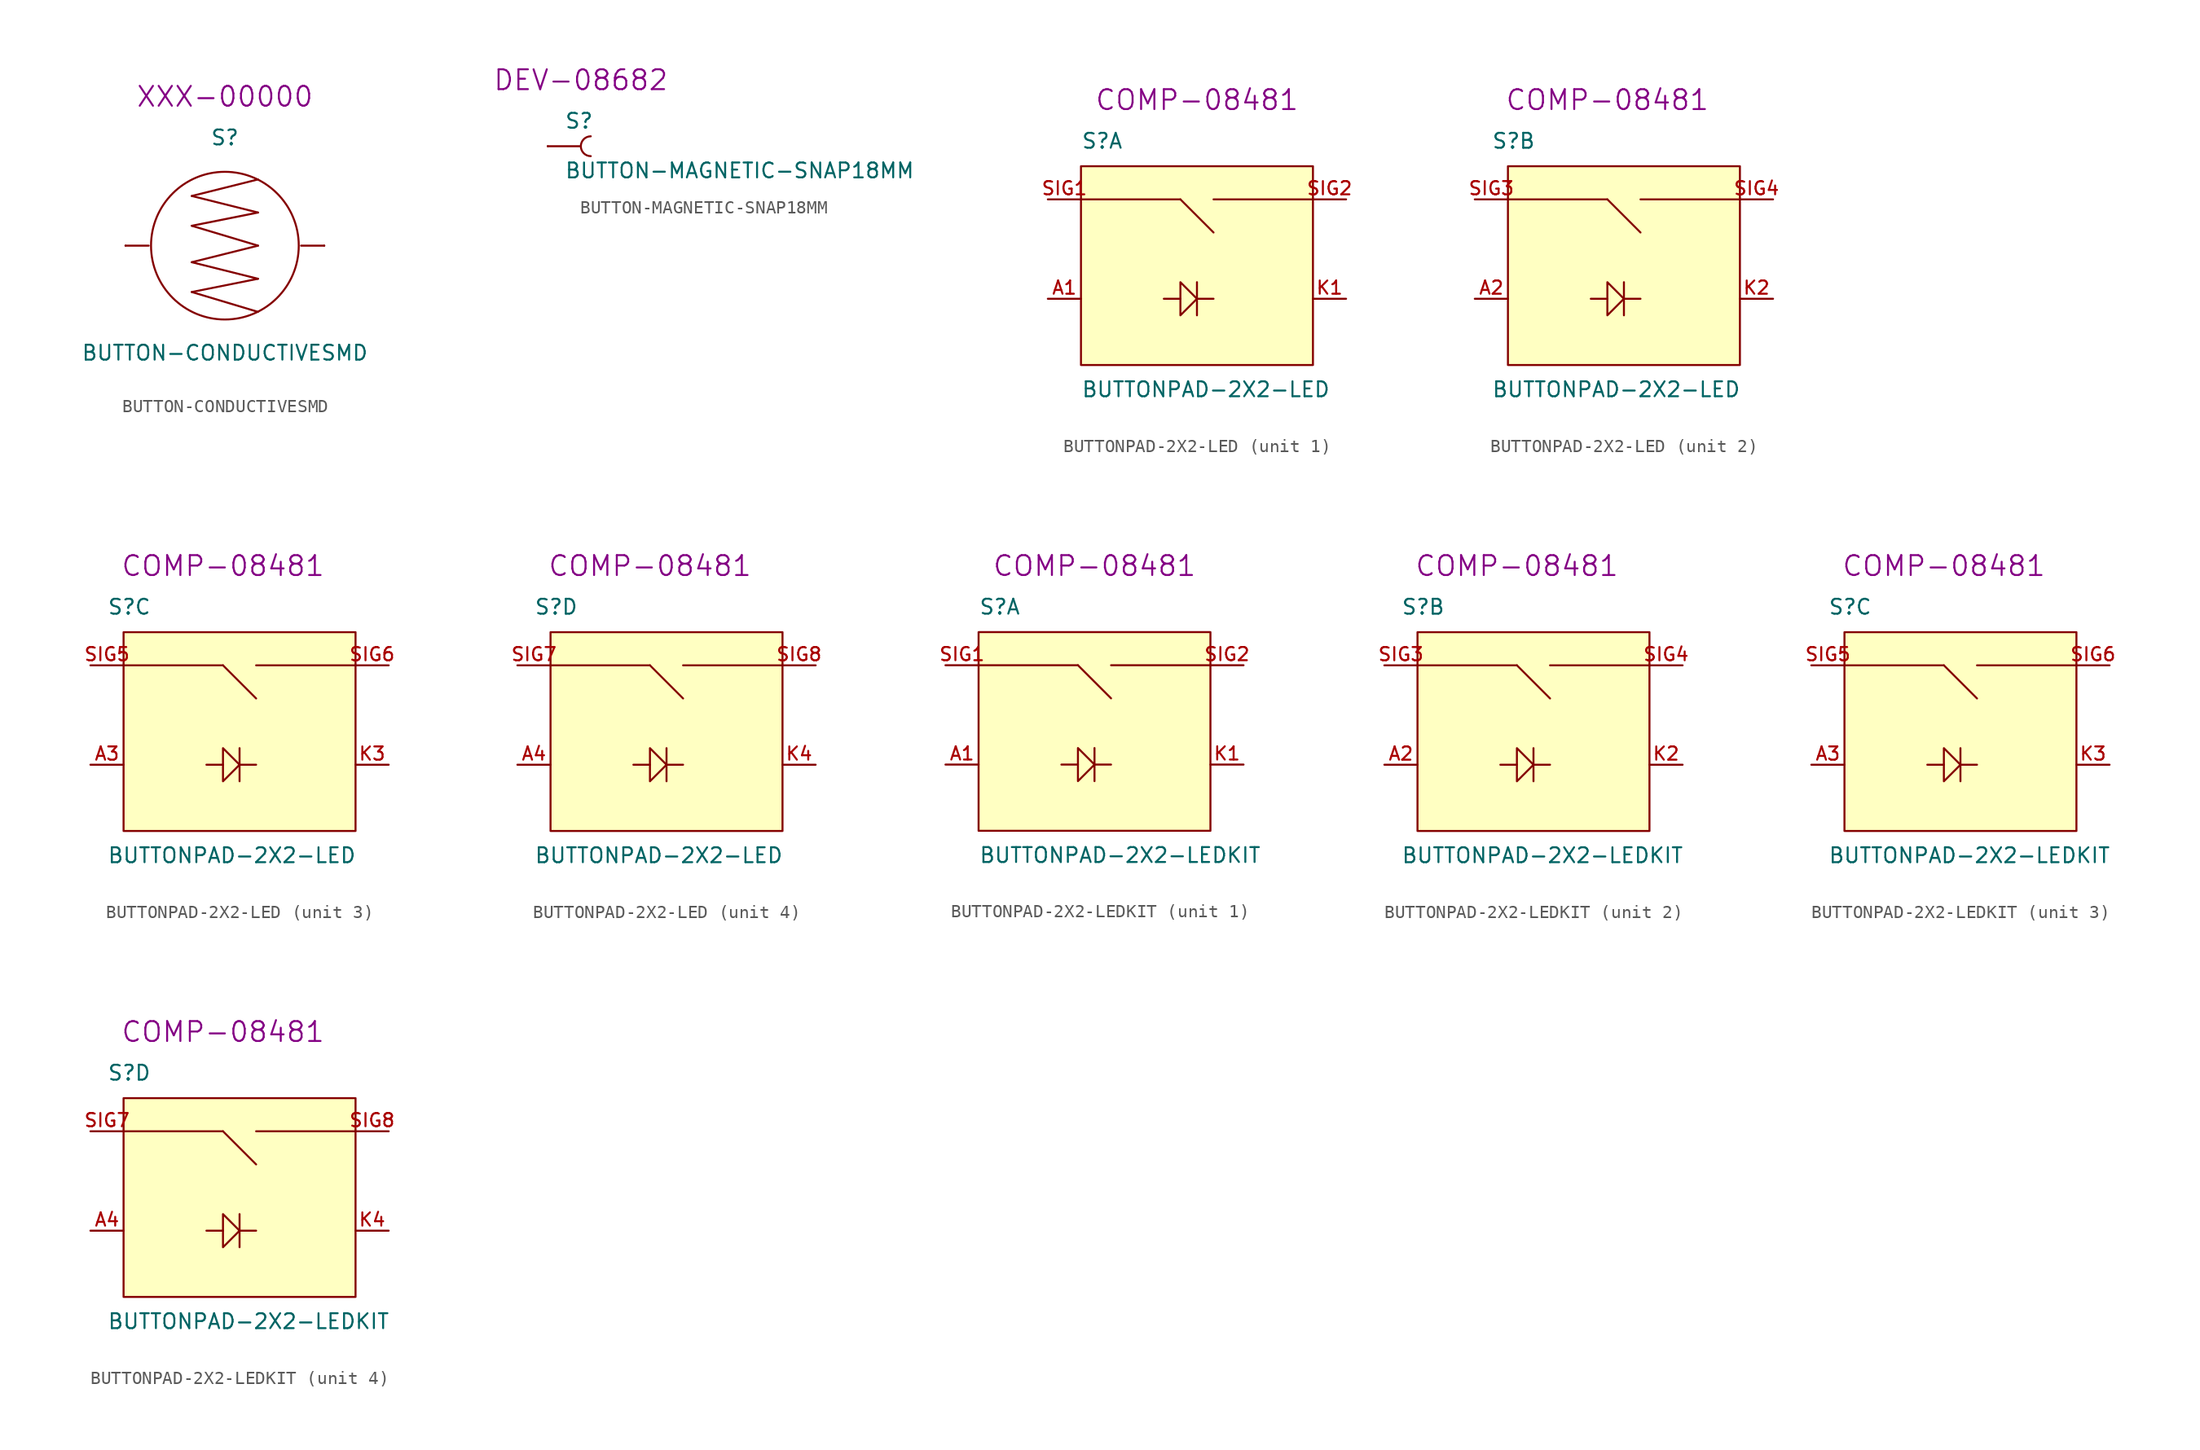
<source format=kicad_sym>
(kicad_symbol_lib
  (version 20201005)
  (generator kicad_symbol_editor)
  (symbol "BUTTON-CONDUCTIVESMD"
    (pin_numbers hide)
    (pin_names
      (offset 1.016) hide)
    (property "Reference" "S"
      (at 0 7.62 0)
      (effects (font (size 1.143 1.143)) (justify bottom)))
    (property "Value" "BUTTON-CONDUCTIVESMD"
      (at 0 -8.89 0)
      (effects (font (size 1.143 1.143)) (justify bottom)))
    (property "Field4" "XXX-00000"
      (at 0 11.43 0)
      (effects (font (size 1.524 1.524))))
    (property "ki_locked" ""
      (at 0 0 0)
      (effects (font (size 1.27 1.27))))
    (symbol "BUTTON-CONDUCTIVESMD_1_0"
      (polyline (pts (xy -7.62 0) (xy -5.842 0)) (stroke (width 0)) (fill (type none)))
      (polyline (pts (xy -2.54 -3.556) (xy 2.54 -5.08)) (stroke (width 0)) (fill (type none)))
      (polyline (pts (xy -2.54 -1.27) (xy 2.54 -2.54)) (stroke (width 0)) (fill (type none)))
      (polyline (pts (xy -2.54 1.524) (xy 2.54 0)) (stroke (width 0)) (fill (type none)))
      (polyline (pts (xy -2.54 3.81) (xy 2.54 5.08)) (stroke (width 0)) (fill (type none)))
      (polyline (pts (xy 2.54 -2.54) (xy -2.54 -3.556)) (stroke (width 0)) (fill (type none)))
      (polyline (pts (xy 2.54 0) (xy -2.54 -1.27)) (stroke (width 0)) (fill (type none)))
      (polyline (pts (xy 2.54 2.54) (xy -2.54 1.524)) (stroke (width 0)) (fill (type none)))
      (polyline (pts (xy 2.54 2.54) (xy -2.54 3.81)) (stroke (width 0)) (fill (type none)))
      (polyline (pts (xy 7.62 0) (xy 5.842 0)) (stroke (width 0)) (fill (type none))))
    (symbol "BUTTON-CONDUCTIVESMD_1_1"
      (circle (center 0 0) (radius 5.664) (stroke (width 0)) (fill (type none)))
      (pin passive line (at -7.62 0 0) (length 0) (name "1" (effects (font (size 1.016 1.016)))) (number "1" (effects (font (size 1.016 1.016)))))
      (pin passive line (at 7.62 0 180) (length 0) (name "2" (effects (font (size 1.016 1.016)))) (number "2" (effects (font (size 1.016 1.016)))))))
  (symbol "BUTTON-MAGNETIC-SNAP18MM"
    (pin_numbers hide)
    (pin_names
      (offset 1.016) hide)
    (property "Reference" "S"
      (at -1.27 1.27 0)
      (effects (font (size 1.143 1.143)) (justify left bottom)))
    (property "Value" "BUTTON-MAGNETIC-SNAP18MM"
      (at -1.27 -2.54 0)
      (effects (font (size 1.143 1.143)) (justify left bottom)))
    (property "Field4" "DEV-08682"
      (at 0 5.08 0)
      (effects (font (size 1.524 1.524))))
    (property "ki_locked" ""
      (at 0 0 0)
      (effects (font (size 1.27 1.27))))
    (symbol "BUTTON-MAGNETIC-SNAP18MM_1_0"
      (polyline (pts (xy 0 0) (xy -2.54 0)) (stroke (width 0)) (fill (type none))))
    (symbol "BUTTON-MAGNETIC-SNAP18MM_1_1"
      (arc (start 0.762 0.762) (end 0.762 -0.762) (radius (at 0.762 0) (length 0.762) (angles 90.1 -90.1)) (stroke (width 0)) (fill (type none)))
      (pin bidirectional line (at -2.54 0 180) (length 0) (name "1" (effects (font (size 1.016 1.016)))) (number "1" (effects (font (size 1.016 1.016)))))))
  (symbol "BUTTONPAD-2X2-LED"
    (pin_names
      (offset 1.016) hide)
    (property "Reference" "S"
      (at -8.89 8.89 0)
      (effects (font (size 1.143 1.143)) (justify left bottom)))
    (property "Value" "BUTTONPAD-2X2-LED"
      (at -8.89 -10.16 0)
      (effects (font (size 1.143 1.143)) (justify left bottom)))
    (property "Field4" "COMP-08481"
      (at 0 12.7 0)
      (effects (font (size 1.524 1.524))))
    (property "ki_locked" ""
      (at 0 0 0)
      (effects (font (size 1.27 1.27))))
    (symbol "BUTTONPAD-2X2-LED_1_0"
      (polyline (pts (xy -8.89 5.08) (xy -1.27 5.08)) (stroke (width 0)) (fill (type none)))
      (polyline (pts (xy -1.27 -2.54) (xy -2.54 -2.54)) (stroke (width 0)) (fill (type none)))
      (polyline (pts (xy -1.27 5.08) (xy 1.27 2.54)) (stroke (width 0)) (fill (type none)))
      (polyline (pts (xy 0 -2.54) (xy 0 -3.81)) (stroke (width 0)) (fill (type none)))
      (polyline (pts (xy 0 -2.54) (xy 1.27 -2.54)) (stroke (width 0)) (fill (type none)))
      (polyline (pts (xy 0 -1.27) (xy 0 -2.54)) (stroke (width 0)) (fill (type none)))
      (polyline (pts (xy 1.27 5.08) (xy 8.89 5.08)) (stroke (width 0)) (fill (type none))))
    (symbol "BUTTONPAD-2X2-LED_1_1"
      (polyline (pts (xy -1.27 -1.27) (xy -1.27 -2.54) (xy -1.27 -3.81) (xy 0 -2.54) (xy -1.27 -1.27)) (stroke (width 0)) (fill (type background)))
      (polyline (pts (xy 8.89 7.62) (xy 8.89 5.08) (xy 8.89 -7.62) (xy -8.89 -7.62) (xy -8.89 5.08) (xy -8.89 7.62) (xy 8.89 7.62)) (stroke (width 0)) (fill (type background)))
      (pin bidirectional line (at -11.43 -2.54 0) (length 2.54) (name "A" (effects (font (size 1.016 1.016)))) (number "A1" (effects (font (size 1.016 1.016)))))
      (pin bidirectional line (at 11.43 -2.54 180) (length 2.54) (name "K" (effects (font (size 1.016 1.016)))) (number "K1" (effects (font (size 1.016 1.016)))))
      (pin bidirectional line (at -11.43 5.08 0) (length 2.54) (name "SIG1" (effects (font (size 1.016 1.016)))) (number "SIG1" (effects (font (size 1.016 1.016)))))
      (pin bidirectional line (at 11.43 5.08 180) (length 2.54) (name "SIG2" (effects (font (size 1.016 1.016)))) (number "SIG2" (effects (font (size 1.016 1.016))))))
    (symbol "BUTTONPAD-2X2-LED_2_0"
      (polyline (pts (xy -7.62 5.08) (xy 0 5.08)) (stroke (width 0)) (fill (type none)))
      (polyline (pts (xy 0 -2.54) (xy -1.27 -2.54)) (stroke (width 0)) (fill (type none)))
      (polyline (pts (xy 0 5.08) (xy 2.54 2.54)) (stroke (width 0)) (fill (type none)))
      (polyline (pts (xy 1.27 -2.54) (xy 1.27 -3.81)) (stroke (width 0)) (fill (type none)))
      (polyline (pts (xy 1.27 -2.54) (xy 2.54 -2.54)) (stroke (width 0)) (fill (type none)))
      (polyline (pts (xy 1.27 -1.27) (xy 1.27 -2.54)) (stroke (width 0)) (fill (type none)))
      (polyline (pts (xy 2.54 5.08) (xy 10.16 5.08)) (stroke (width 0)) (fill (type none))))
    (symbol "BUTTONPAD-2X2-LED_2_1"
      (polyline (pts (xy 0 -1.27) (xy 0 -2.54) (xy 0 -3.81) (xy 1.27 -2.54) (xy 0 -1.27)) (stroke (width 0)) (fill (type background)))
      (polyline (pts (xy 10.16 7.62) (xy 10.16 5.08) (xy 10.16 -7.62) (xy -7.62 -7.62) (xy -7.62 5.08) (xy -7.62 7.62) (xy 10.16 7.62)) (stroke (width 0)) (fill (type background)))
      (pin bidirectional line (at -10.16 -2.54 0) (length 2.54) (name "A" (effects (font (size 1.016 1.016)))) (number "A2" (effects (font (size 1.016 1.016)))))
      (pin bidirectional line (at 12.7 -2.54 180) (length 2.54) (name "K" (effects (font (size 1.016 1.016)))) (number "K2" (effects (font (size 1.016 1.016)))))
      (pin bidirectional line (at -10.16 5.08 0) (length 2.54) (name "SIG1" (effects (font (size 1.016 1.016)))) (number "SIG3" (effects (font (size 1.016 1.016)))))
      (pin bidirectional line (at 12.7 5.08 180) (length 2.54) (name "SIG2" (effects (font (size 1.016 1.016)))) (number "SIG4" (effects (font (size 1.016 1.016))))))
    (symbol "BUTTONPAD-2X2-LED_3_0"
      (polyline (pts (xy -7.62 5.08) (xy 0 5.08)) (stroke (width 0)) (fill (type none)))
      (polyline (pts (xy 0 -2.54) (xy -1.27 -2.54)) (stroke (width 0)) (fill (type none)))
      (polyline (pts (xy 0 5.08) (xy 2.54 2.54)) (stroke (width 0)) (fill (type none)))
      (polyline (pts (xy 1.27 -2.54) (xy 1.27 -3.81)) (stroke (width 0)) (fill (type none)))
      (polyline (pts (xy 1.27 -2.54) (xy 2.54 -2.54)) (stroke (width 0)) (fill (type none)))
      (polyline (pts (xy 1.27 -1.27) (xy 1.27 -2.54)) (stroke (width 0)) (fill (type none)))
      (polyline (pts (xy 2.54 5.08) (xy 10.16 5.08)) (stroke (width 0)) (fill (type none))))
    (symbol "BUTTONPAD-2X2-LED_3_1"
      (polyline (pts (xy 0 -1.27) (xy 0 -2.54) (xy 0 -3.81) (xy 1.27 -2.54) (xy 0 -1.27)) (stroke (width 0)) (fill (type background)))
      (polyline (pts (xy 10.16 7.62) (xy 10.16 5.08) (xy 10.16 -7.62) (xy -7.62 -7.62) (xy -7.62 5.08) (xy -7.62 7.62) (xy 10.16 7.62)) (stroke (width 0)) (fill (type background)))
      (pin bidirectional line (at -10.16 -2.54 0) (length 2.54) (name "A" (effects (font (size 1.016 1.016)))) (number "A3" (effects (font (size 1.016 1.016)))))
      (pin bidirectional line (at 12.7 -2.54 180) (length 2.54) (name "K" (effects (font (size 1.016 1.016)))) (number "K3" (effects (font (size 1.016 1.016)))))
      (pin bidirectional line (at -10.16 5.08 0) (length 2.54) (name "SIG1" (effects (font (size 1.016 1.016)))) (number "SIG5" (effects (font (size 1.016 1.016)))))
      (pin bidirectional line (at 12.7 5.08 180) (length 2.54) (name "SIG2" (effects (font (size 1.016 1.016)))) (number "SIG6" (effects (font (size 1.016 1.016))))))
    (symbol "BUTTONPAD-2X2-LED_4_0"
      (polyline (pts (xy -7.62 5.08) (xy 0 5.08)) (stroke (width 0)) (fill (type none)))
      (polyline (pts (xy 0 -2.54) (xy -1.27 -2.54)) (stroke (width 0)) (fill (type none)))
      (polyline (pts (xy 0 5.08) (xy 2.54 2.54)) (stroke (width 0)) (fill (type none)))
      (polyline (pts (xy 1.27 -2.54) (xy 1.27 -3.81)) (stroke (width 0)) (fill (type none)))
      (polyline (pts (xy 1.27 -2.54) (xy 2.54 -2.54)) (stroke (width 0)) (fill (type none)))
      (polyline (pts (xy 1.27 -1.27) (xy 1.27 -2.54)) (stroke (width 0)) (fill (type none)))
      (polyline (pts (xy 2.54 5.08) (xy 10.16 5.08)) (stroke (width 0)) (fill (type none))))
    (symbol "BUTTONPAD-2X2-LED_4_1"
      (polyline (pts (xy 0 -1.27) (xy 0 -2.54) (xy 0 -3.81) (xy 1.27 -2.54) (xy 0 -1.27)) (stroke (width 0)) (fill (type background)))
      (polyline (pts (xy 10.16 7.62) (xy 10.16 5.08) (xy 10.16 -7.62) (xy -7.62 -7.62) (xy -7.62 5.08) (xy -7.62 7.62) (xy 10.16 7.62)) (stroke (width 0)) (fill (type background)))
      (pin bidirectional line (at -10.16 -2.54 0) (length 2.54) (name "A" (effects (font (size 1.016 1.016)))) (number "A4" (effects (font (size 1.016 1.016)))))
      (pin bidirectional line (at 12.7 -2.54 180) (length 2.54) (name "K" (effects (font (size 1.016 1.016)))) (number "K4" (effects (font (size 1.016 1.016)))))
      (pin bidirectional line (at -10.16 5.08 0) (length 2.54) (name "SIG1" (effects (font (size 1.016 1.016)))) (number "SIG7" (effects (font (size 1.016 1.016)))))
      (pin bidirectional line (at 12.7 5.08 180) (length 2.54) (name "SIG2" (effects (font (size 1.016 1.016)))) (number "SIG8" (effects (font (size 1.016 1.016)))))))
  (symbol "BUTTONPAD-2X2-LEDKIT"
    (pin_names
      (offset 1.016) hide)
    (property "Reference" "S"
      (at -8.89 8.89 0)
      (effects (font (size 1.143 1.143)) (justify left bottom)))
    (property "Value" "BUTTONPAD-2X2-LEDKIT"
      (at -8.89 -10.16 0)
      (effects (font (size 1.143 1.143)) (justify left bottom)))
    (property "Field4" "COMP-08481"
      (at 0 12.7 0)
      (effects (font (size 1.524 1.524))))
    (property "ki_locked" ""
      (at 0 0 0)
      (effects (font (size 1.27 1.27))))
    (symbol "BUTTONPAD-2X2-LEDKIT_1_0"
      (polyline (pts (xy -8.89 5.08) (xy -1.27 5.08)) (stroke (width 0)) (fill (type none)))
      (polyline (pts (xy -1.27 -2.54) (xy -2.54 -2.54)) (stroke (width 0)) (fill (type none)))
      (polyline (pts (xy -1.27 5.08) (xy 1.27 2.54)) (stroke (width 0)) (fill (type none)))
      (polyline (pts (xy 0 -2.54) (xy 0 -3.81)) (stroke (width 0)) (fill (type none)))
      (polyline (pts (xy 0 -2.54) (xy 1.27 -2.54)) (stroke (width 0)) (fill (type none)))
      (polyline (pts (xy 0 -1.27) (xy 0 -2.54)) (stroke (width 0)) (fill (type none)))
      (polyline (pts (xy 1.27 5.08) (xy 8.89 5.08)) (stroke (width 0)) (fill (type none))))
    (symbol "BUTTONPAD-2X2-LEDKIT_1_1"
      (polyline (pts (xy -1.27 -1.27) (xy -1.27 -2.54) (xy -1.27 -3.81) (xy 0 -2.54) (xy -1.27 -1.27)) (stroke (width 0)) (fill (type background)))
      (polyline (pts (xy 8.89 7.62) (xy 8.89 5.08) (xy 8.89 -7.62) (xy -8.89 -7.62) (xy -8.89 5.08) (xy -8.89 7.62) (xy 8.89 7.62)) (stroke (width 0)) (fill (type background)))
      (pin bidirectional line (at -11.43 -2.54 0) (length 2.54) (name "A" (effects (font (size 1.016 1.016)))) (number "A1" (effects (font (size 1.016 1.016)))))
      (pin bidirectional line (at 11.43 -2.54 180) (length 2.54) (name "K" (effects (font (size 1.016 1.016)))) (number "K1" (effects (font (size 1.016 1.016)))))
      (pin bidirectional line (at -11.43 5.08 0) (length 2.54) (name "SIG1" (effects (font (size 1.016 1.016)))) (number "SIG1" (effects (font (size 1.016 1.016)))))
      (pin bidirectional line (at 11.43 5.08 180) (length 2.54) (name "SIG2" (effects (font (size 1.016 1.016)))) (number "SIG2" (effects (font (size 1.016 1.016))))))
    (symbol "BUTTONPAD-2X2-LEDKIT_2_0"
      (polyline (pts (xy -7.62 5.08) (xy 0 5.08)) (stroke (width 0)) (fill (type none)))
      (polyline (pts (xy 0 -2.54) (xy -1.27 -2.54)) (stroke (width 0)) (fill (type none)))
      (polyline (pts (xy 0 5.08) (xy 2.54 2.54)) (stroke (width 0)) (fill (type none)))
      (polyline (pts (xy 1.27 -2.54) (xy 1.27 -3.81)) (stroke (width 0)) (fill (type none)))
      (polyline (pts (xy 1.27 -2.54) (xy 2.54 -2.54)) (stroke (width 0)) (fill (type none)))
      (polyline (pts (xy 1.27 -1.27) (xy 1.27 -2.54)) (stroke (width 0)) (fill (type none)))
      (polyline (pts (xy 2.54 5.08) (xy 10.16 5.08)) (stroke (width 0)) (fill (type none))))
    (symbol "BUTTONPAD-2X2-LEDKIT_2_1"
      (polyline (pts (xy 0 -1.27) (xy 0 -2.54) (xy 0 -3.81) (xy 1.27 -2.54) (xy 0 -1.27)) (stroke (width 0)) (fill (type background)))
      (polyline (pts (xy 10.16 7.62) (xy 10.16 5.08) (xy 10.16 -7.62) (xy -7.62 -7.62) (xy -7.62 5.08) (xy -7.62 7.62) (xy 10.16 7.62)) (stroke (width 0)) (fill (type background)))
      (pin bidirectional line (at -10.16 -2.54 0) (length 2.54) (name "A" (effects (font (size 1.016 1.016)))) (number "A2" (effects (font (size 1.016 1.016)))))
      (pin bidirectional line (at 12.7 -2.54 180) (length 2.54) (name "K" (effects (font (size 1.016 1.016)))) (number "K2" (effects (font (size 1.016 1.016)))))
      (pin bidirectional line (at -10.16 5.08 0) (length 2.54) (name "SIG1" (effects (font (size 1.016 1.016)))) (number "SIG3" (effects (font (size 1.016 1.016)))))
      (pin bidirectional line (at 12.7 5.08 180) (length 2.54) (name "SIG2" (effects (font (size 1.016 1.016)))) (number "SIG4" (effects (font (size 1.016 1.016))))))
    (symbol "BUTTONPAD-2X2-LEDKIT_3_0"
      (polyline (pts (xy -7.62 5.08) (xy 0 5.08)) (stroke (width 0)) (fill (type none)))
      (polyline (pts (xy 0 -2.54) (xy -1.27 -2.54)) (stroke (width 0)) (fill (type none)))
      (polyline (pts (xy 0 5.08) (xy 2.54 2.54)) (stroke (width 0)) (fill (type none)))
      (polyline (pts (xy 1.27 -2.54) (xy 1.27 -3.81)) (stroke (width 0)) (fill (type none)))
      (polyline (pts (xy 1.27 -2.54) (xy 2.54 -2.54)) (stroke (width 0)) (fill (type none)))
      (polyline (pts (xy 1.27 -1.27) (xy 1.27 -2.54)) (stroke (width 0)) (fill (type none)))
      (polyline (pts (xy 2.54 5.08) (xy 10.16 5.08)) (stroke (width 0)) (fill (type none))))
    (symbol "BUTTONPAD-2X2-LEDKIT_3_1"
      (polyline (pts (xy 0 -1.27) (xy 0 -2.54) (xy 0 -3.81) (xy 1.27 -2.54) (xy 0 -1.27)) (stroke (width 0)) (fill (type background)))
      (polyline (pts (xy 10.16 7.62) (xy 10.16 5.08) (xy 10.16 -7.62) (xy -7.62 -7.62) (xy -7.62 5.08) (xy -7.62 7.62) (xy 10.16 7.62)) (stroke (width 0)) (fill (type background)))
      (pin bidirectional line (at -10.16 -2.54 0) (length 2.54) (name "A" (effects (font (size 1.016 1.016)))) (number "A3" (effects (font (size 1.016 1.016)))))
      (pin bidirectional line (at 12.7 -2.54 180) (length 2.54) (name "K" (effects (font (size 1.016 1.016)))) (number "K3" (effects (font (size 1.016 1.016)))))
      (pin bidirectional line (at -10.16 5.08 0) (length 2.54) (name "SIG1" (effects (font (size 1.016 1.016)))) (number "SIG5" (effects (font (size 1.016 1.016)))))
      (pin bidirectional line (at 12.7 5.08 180) (length 2.54) (name "SIG2" (effects (font (size 1.016 1.016)))) (number "SIG6" (effects (font (size 1.016 1.016))))))
    (symbol "BUTTONPAD-2X2-LEDKIT_4_0"
      (polyline (pts (xy -7.62 5.08) (xy 0 5.08)) (stroke (width 0)) (fill (type none)))
      (polyline (pts (xy 0 -2.54) (xy -1.27 -2.54)) (stroke (width 0)) (fill (type none)))
      (polyline (pts (xy 0 5.08) (xy 2.54 2.54)) (stroke (width 0)) (fill (type none)))
      (polyline (pts (xy 1.27 -2.54) (xy 1.27 -3.81)) (stroke (width 0)) (fill (type none)))
      (polyline (pts (xy 1.27 -2.54) (xy 2.54 -2.54)) (stroke (width 0)) (fill (type none)))
      (polyline (pts (xy 1.27 -1.27) (xy 1.27 -2.54)) (stroke (width 0)) (fill (type none)))
      (polyline (pts (xy 2.54 5.08) (xy 10.16 5.08)) (stroke (width 0)) (fill (type none))))
    (symbol "BUTTONPAD-2X2-LEDKIT_4_1"
      (polyline (pts (xy 0 -1.27) (xy 0 -2.54) (xy 0 -3.81) (xy 1.27 -2.54) (xy 0 -1.27)) (stroke (width 0)) (fill (type background)))
      (polyline (pts (xy 10.16 7.62) (xy 10.16 5.08) (xy 10.16 -7.62) (xy -7.62 -7.62) (xy -7.62 5.08) (xy -7.62 7.62) (xy 10.16 7.62)) (stroke (width 0)) (fill (type background)))
      (pin bidirectional line (at -10.16 -2.54 0) (length 2.54) (name "A" (effects (font (size 1.016 1.016)))) (number "A4" (effects (font (size 1.016 1.016)))))
      (pin bidirectional line (at 12.7 -2.54 180) (length 2.54) (name "K" (effects (font (size 1.016 1.016)))) (number "K4" (effects (font (size 1.016 1.016)))))
      (pin bidirectional line (at -10.16 5.08 0) (length 2.54) (name "SIG1" (effects (font (size 1.016 1.016)))) (number "SIG7" (effects (font (size 1.016 1.016)))))
      (pin bidirectional line (at 12.7 5.08 180) (length 2.54) (name "SIG2" (effects (font (size 1.016 1.016)))) (number "SIG8" (effects (font (size 1.016 1.016))))))))
</source>
